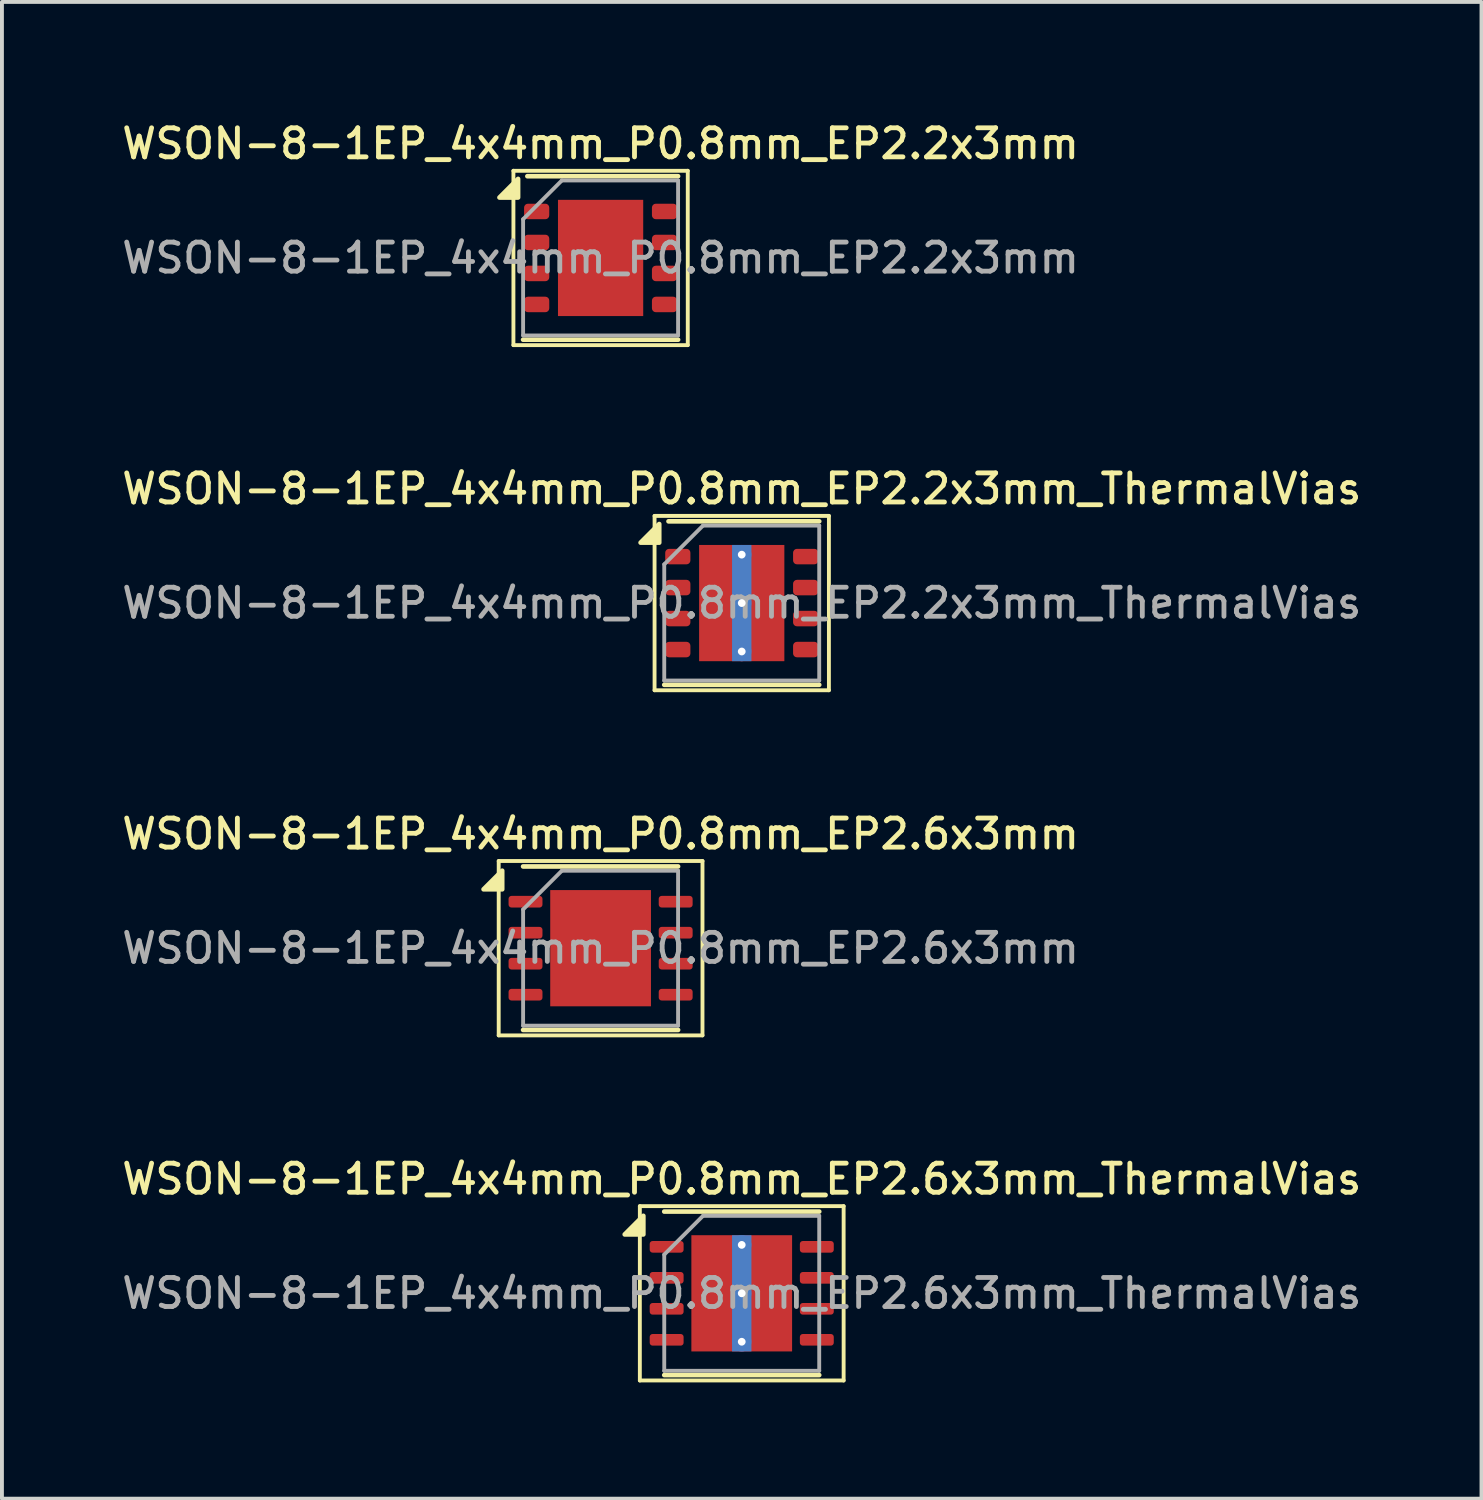
<source format=kicad_pcb>
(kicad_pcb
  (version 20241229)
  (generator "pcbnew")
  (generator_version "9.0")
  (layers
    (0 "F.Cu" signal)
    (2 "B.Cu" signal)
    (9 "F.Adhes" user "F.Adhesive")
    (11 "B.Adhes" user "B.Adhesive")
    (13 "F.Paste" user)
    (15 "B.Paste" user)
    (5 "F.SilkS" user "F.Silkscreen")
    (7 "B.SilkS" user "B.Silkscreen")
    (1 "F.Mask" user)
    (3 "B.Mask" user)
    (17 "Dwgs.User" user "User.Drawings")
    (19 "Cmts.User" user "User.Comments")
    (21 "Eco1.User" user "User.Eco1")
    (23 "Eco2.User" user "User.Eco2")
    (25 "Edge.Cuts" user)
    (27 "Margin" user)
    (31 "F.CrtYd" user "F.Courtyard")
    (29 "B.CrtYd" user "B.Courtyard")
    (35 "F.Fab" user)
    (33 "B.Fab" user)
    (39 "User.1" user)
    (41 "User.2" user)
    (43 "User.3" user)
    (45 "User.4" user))
  (footprint "WSON-8-1EP_4x4mm_P0.8mm_EP2.2x3mm_ThermalVias"
    (layer "F.Cu")
    (at 16.095 12.516)
    (property "Reference" "WSON-8-1EP_4x4mm_P0.8mm_EP2.2x3mm_ThermalVias" (at 0 -2.95 0) (layer "F.SilkS") (effects (font (size 0.75 0.75) (thickness 0.125))))
    (attr smd)
    (fp_line (start -2.25 -2.25) (end -2.25 2.25) (stroke (width 0.1) (type solid)) (layer "F.SilkS"))
    (fp_line (start -2.25 2.25) (end 2.25 2.25) (stroke (width 0.1) (type solid)) (layer "F.SilkS"))
    (fp_line (start -2 2.11) (end 2 2.11) (stroke (width 0.12) (type solid)) (layer "F.SilkS"))
    (fp_line (start -1.89 -2.11) (end 2 -2.11) (stroke (width 0.12) (type solid)) (layer "F.SilkS"))
    (fp_line (start 2.25 -2.25) (end -2.25 -2.25) (stroke (width 0.1) (type solid)) (layer "F.SilkS"))
    (fp_line (start 2.25 2.25) (end 2.25 -2.25) (stroke (width 0.1) (type solid)) (layer "F.SilkS"))
    (fp_poly (pts (xy -2.13 -1.56) (xy -2.61 -1.56) (xy -2.13 -2.04) (xy -2.13 -1.56)) (stroke (width 0.12) (type solid)) (fill yes) (layer "F.SilkS"))
    (fp_line (start -2 -1) (end -1 -2) (stroke (width 0.1) (type solid)) (layer "F.Fab"))
    (fp_line (start -2 2) (end -2 -1) (stroke (width 0.1) (type solid)) (layer "F.Fab"))
    (fp_line (start -1 -2) (end 2 -2) (stroke (width 0.1) (type solid)) (layer "F.Fab"))
    (fp_line (start 2 -2) (end 2 2) (stroke (width 0.1) (type solid)) (layer "F.Fab"))
    (fp_line (start 2 2) (end -2 2) (stroke (width 0.1) (type solid)) (layer "F.Fab"))
    (fp_text user "${REFERENCE}" (at 0 0 0) (layer "F.Fab") (effects (font (size 0.75 0.75) (thickness 0.125))))
    (pad "" smd roundrect (at -0.55 -0.625) (size 0.887 1.008) (layers "F.Paste") (roundrect_rratio 0.25))
    (pad "" smd roundrect (at -0.55 0.625) (size 0.887 1.008) (layers "F.Paste") (roundrect_rratio 0.25))
    (pad "" smd roundrect (at 0.55 -0.625) (size 0.887 1.008) (layers "F.Paste") (roundrect_rratio 0.25))
    (pad "" smd roundrect (at 0.55 0.625) (size 0.887 1.008) (layers "F.Paste") (roundrect_rratio 0.25))
    (pad "1" smd roundrect (at -1.65 -1.2) (size 0.65 0.4) (layers "F.Cu" "F.Mask" "F.Paste") (roundrect_rratio 0.25))
    (pad "2" smd roundrect (at -1.65 -0.4) (size 0.65 0.4) (layers "F.Cu" "F.Mask" "F.Paste") (roundrect_rratio 0.25))
    (pad "3" smd roundrect (at -1.65 0.4) (size 0.65 0.4) (layers "F.Cu" "F.Mask" "F.Paste") (roundrect_rratio 0.25))
    (pad "4" smd roundrect (at -1.65 1.2) (size 0.65 0.4) (layers "F.Cu" "F.Mask" "F.Paste") (roundrect_rratio 0.25))
    (pad "5" smd roundrect (at 1.65 1.2) (size 0.65 0.4) (layers "F.Cu" "F.Mask" "F.Paste") (roundrect_rratio 0.25))
    (pad "6" smd roundrect (at 1.65 0.4) (size 0.65 0.4) (layers "F.Cu" "F.Mask" "F.Paste") (roundrect_rratio 0.25))
    (pad "7" smd roundrect (at 1.65 -0.4) (size 0.65 0.4) (layers "F.Cu" "F.Mask" "F.Paste") (roundrect_rratio 0.25))
    (pad "8" smd roundrect (at 1.65 -1.2) (size 0.65 0.4) (layers "F.Cu" "F.Mask" "F.Paste") (roundrect_rratio 0.25))
    (pad "9" thru_hole circle (at 0 -1.25) (size 0.5 0.5) (drill 0.2) (property pad_prop_heatsink) (layers "*.Cu"))
    (pad "9" thru_hole circle (at 0 0) (size 0.5 0.5) (drill 0.2) (property pad_prop_heatsink) (layers "*.Cu"))
    (pad "9" smd rect (at 0 0) (size 0.5 3) (property pad_prop_heatsink) (layers "B.Cu"))
    (pad "9" smd rect (at 0 0) (size 2.2 3) (property pad_prop_heatsink) (layers "F.Cu" "F.Mask"))
    (pad "9" thru_hole circle (at 0 1.25) (size 0.5 0.5) (drill 0.2) (property pad_prop_heatsink) (layers "*.Cu")))
  (footprint "WSON-8-1EP_4x4mm_P0.8mm_EP2.6x3mm"
    (layer "F.Cu")
    (at 12.452 21.424)
    (property "Reference" "WSON-8-1EP_4x4mm_P0.8mm_EP2.6x3mm" (at 0 -2.95 0) (layer "F.SilkS") (effects (font (size 0.75 0.75) (thickness 0.125))))
    (attr smd)
    (fp_line (start -2.63 -2.25) (end -2.63 2.25) (stroke (width 0.1) (type solid)) (layer "F.SilkS"))
    (fp_line (start -2.63 2.25) (end 2.63 2.25) (stroke (width 0.1) (type solid)) (layer "F.SilkS"))
    (fp_line (start -2 -2.11) (end 2 -2.11) (stroke (width 0.12) (type solid)) (layer "F.SilkS"))
    (fp_line (start -2 2.11) (end 2 2.11) (stroke (width 0.12) (type solid)) (layer "F.SilkS"))
    (fp_line (start 2.63 -2.25) (end -2.63 -2.25) (stroke (width 0.1) (type solid)) (layer "F.SilkS"))
    (fp_line (start 2.63 2.25) (end 2.63 -2.25) (stroke (width 0.1) (type solid)) (layer "F.SilkS"))
    (fp_poly (pts (xy -2.54 -1.52) (xy -3.02 -1.52) (xy -2.54 -2) (xy -2.54 -1.52)) (stroke (width 0.12) (type solid)) (fill yes) (layer "F.SilkS"))
    (fp_line (start -2 -1) (end -1 -2) (stroke (width 0.1) (type solid)) (layer "F.Fab"))
    (fp_line (start -2 2) (end -2 -1) (stroke (width 0.1) (type solid)) (layer "F.Fab"))
    (fp_line (start -1 -2) (end 2 -2) (stroke (width 0.1) (type solid)) (layer "F.Fab"))
    (fp_line (start 2 -2) (end 2 2) (stroke (width 0.1) (type solid)) (layer "F.Fab"))
    (fp_line (start 2 2) (end -2 2) (stroke (width 0.1) (type solid)) (layer "F.Fab"))
    (fp_text user "${REFERENCE}" (at 0 0 0) (layer "F.Fab") (effects (font (size 0.75 0.75) (thickness 0.125))))
    (pad "" smd roundrect (at -0.65 -0.75) (size 1.05 1.21) (layers "F.Paste") (roundrect_rratio 0.238))
    (pad "" smd roundrect (at -0.65 0.75) (size 1.05 1.21) (layers "F.Paste") (roundrect_rratio 0.238))
    (pad "" smd roundrect (at 0.65 -0.75) (size 1.05 1.21) (layers "F.Paste") (roundrect_rratio 0.238))
    (pad "" smd roundrect (at 0.65 0.75) (size 1.05 1.21) (layers "F.Paste") (roundrect_rratio 0.238))
    (pad "1" smd roundrect (at -1.938 -1.2) (size 0.875 0.3) (layers "F.Cu" "F.Mask" "F.Paste") (roundrect_rratio 0.25))
    (pad "2" smd roundrect (at -1.938 -0.4) (size 0.875 0.3) (layers "F.Cu" "F.Mask" "F.Paste") (roundrect_rratio 0.25))
    (pad "3" smd roundrect (at -1.938 0.4) (size 0.875 0.3) (layers "F.Cu" "F.Mask" "F.Paste") (roundrect_rratio 0.25))
    (pad "4" smd roundrect (at -1.938 1.2) (size 0.875 0.3) (layers "F.Cu" "F.Mask" "F.Paste") (roundrect_rratio 0.25))
    (pad "5" smd roundrect (at 1.938 1.2) (size 0.875 0.3) (layers "F.Cu" "F.Mask" "F.Paste") (roundrect_rratio 0.25))
    (pad "6" smd roundrect (at 1.938 0.4) (size 0.875 0.3) (layers "F.Cu" "F.Mask" "F.Paste") (roundrect_rratio 0.25))
    (pad "7" smd roundrect (at 1.938 -0.4) (size 0.875 0.3) (layers "F.Cu" "F.Mask" "F.Paste") (roundrect_rratio 0.25))
    (pad "8" smd roundrect (at 1.938 -1.2) (size 0.875 0.3) (layers "F.Cu" "F.Mask" "F.Paste") (roundrect_rratio 0.25))
    (pad "9" smd rect (at 0 0) (size 2.6 3) (property pad_prop_heatsink) (layers "F.Cu" "F.Mask")))
  (footprint "WSON-8-1EP_4x4mm_P0.8mm_EP2.2x3mm"
    (layer "F.Cu")
    (at 12.452 3.608)
    (property "Reference" "WSON-8-1EP_4x4mm_P0.8mm_EP2.2x3mm" (at 0 -2.95 0) (layer "F.SilkS") (effects (font (size 0.75 0.75) (thickness 0.125))))
    (attr smd)
    (fp_line (start -2.25 -2.25) (end -2.25 2.25) (stroke (width 0.1) (type solid)) (layer "F.SilkS"))
    (fp_line (start -2.25 2.25) (end 2.25 2.25) (stroke (width 0.1) (type solid)) (layer "F.SilkS"))
    (fp_line (start -2 2.11) (end 2 2.11) (stroke (width 0.12) (type solid)) (layer "F.SilkS"))
    (fp_line (start -1.89 -2.11) (end 2 -2.11) (stroke (width 0.12) (type solid)) (layer "F.SilkS"))
    (fp_line (start 2.25 -2.25) (end -2.25 -2.25) (stroke (width 0.1) (type solid)) (layer "F.SilkS"))
    (fp_line (start 2.25 2.25) (end 2.25 -2.25) (stroke (width 0.1) (type solid)) (layer "F.SilkS"))
    (fp_poly (pts (xy -2.13 -1.56) (xy -2.61 -1.56) (xy -2.13 -2.04) (xy -2.13 -1.56)) (stroke (width 0.12) (type solid)) (fill yes) (layer "F.SilkS"))
    (fp_line (start -2 -1) (end -1 -2) (stroke (width 0.1) (type solid)) (layer "F.Fab"))
    (fp_line (start -2 2) (end -2 -1) (stroke (width 0.1) (type solid)) (layer "F.Fab"))
    (fp_line (start -1 -2) (end 2 -2) (stroke (width 0.1) (type solid)) (layer "F.Fab"))
    (fp_line (start 2 -2) (end 2 2) (stroke (width 0.1) (type solid)) (layer "F.Fab"))
    (fp_line (start 2 2) (end -2 2) (stroke (width 0.1) (type solid)) (layer "F.Fab"))
    (fp_text user "${REFERENCE}" (at 0 0 0) (layer "F.Fab") (effects (font (size 0.75 0.75) (thickness 0.125))))
    (pad "" smd roundrect (at -0.55 -0.75) (size 0.89 1.21) (layers "F.Paste") (roundrect_rratio 0.25))
    (pad "" smd roundrect (at -0.55 0.75) (size 0.89 1.21) (layers "F.Paste") (roundrect_rratio 0.25))
    (pad "" smd roundrect (at 0.55 -0.75) (size 0.89 1.21) (layers "F.Paste") (roundrect_rratio 0.25))
    (pad "" smd roundrect (at 0.55 0.75) (size 0.89 1.21) (layers "F.Paste") (roundrect_rratio 0.25))
    (pad "1" smd roundrect (at -1.65 -1.2) (size 0.65 0.4) (layers "F.Cu" "F.Mask" "F.Paste") (roundrect_rratio 0.25))
    (pad "2" smd roundrect (at -1.65 -0.4) (size 0.65 0.4) (layers "F.Cu" "F.Mask" "F.Paste") (roundrect_rratio 0.25))
    (pad "3" smd roundrect (at -1.65 0.4) (size 0.65 0.4) (layers "F.Cu" "F.Mask" "F.Paste") (roundrect_rratio 0.25))
    (pad "4" smd roundrect (at -1.65 1.2) (size 0.65 0.4) (layers "F.Cu" "F.Mask" "F.Paste") (roundrect_rratio 0.25))
    (pad "5" smd roundrect (at 1.65 1.2) (size 0.65 0.4) (layers "F.Cu" "F.Mask" "F.Paste") (roundrect_rratio 0.25))
    (pad "6" smd roundrect (at 1.65 0.4) (size 0.65 0.4) (layers "F.Cu" "F.Mask" "F.Paste") (roundrect_rratio 0.25))
    (pad "7" smd roundrect (at 1.65 -0.4) (size 0.65 0.4) (layers "F.Cu" "F.Mask" "F.Paste") (roundrect_rratio 0.25))
    (pad "8" smd roundrect (at 1.65 -1.2) (size 0.65 0.4) (layers "F.Cu" "F.Mask" "F.Paste") (roundrect_rratio 0.25))
    (pad "9" smd rect (at 0 0) (size 2.2 3) (property pad_prop_heatsink) (layers "F.Cu" "F.Mask")))
  (footprint "WSON-8-1EP_4x4mm_P0.8mm_EP2.6x3mm_ThermalVias"
    (layer "F.Cu")
    (at 16.095 30.332)
    (property "Reference" "WSON-8-1EP_4x4mm_P0.8mm_EP2.6x3mm_ThermalVias" (at 0 -2.95 0) (layer "F.SilkS") (effects (font (size 0.75 0.75) (thickness 0.125))))
    (attr smd)
    (fp_line (start -2.63 -2.25) (end -2.63 2.25) (stroke (width 0.1) (type solid)) (layer "F.SilkS"))
    (fp_line (start -2.63 2.25) (end 2.63 2.25) (stroke (width 0.1) (type solid)) (layer "F.SilkS"))
    (fp_line (start -2 -2.11) (end 2 -2.11) (stroke (width 0.12) (type solid)) (layer "F.SilkS"))
    (fp_line (start -2 2.11) (end 2 2.11) (stroke (width 0.12) (type solid)) (layer "F.SilkS"))
    (fp_line (start 2.63 -2.25) (end -2.63 -2.25) (stroke (width 0.1) (type solid)) (layer "F.SilkS"))
    (fp_line (start 2.63 2.25) (end 2.63 -2.25) (stroke (width 0.1) (type solid)) (layer "F.SilkS"))
    (fp_poly (pts (xy -2.54 -1.52) (xy -3.02 -1.52) (xy -2.54 -2) (xy -2.54 -1.52)) (stroke (width 0.12) (type solid)) (fill yes) (layer "F.SilkS"))
    (fp_line (start -2 -1) (end -1 -2) (stroke (width 0.1) (type solid)) (layer "F.Fab"))
    (fp_line (start -2 2) (end -2 -1) (stroke (width 0.1) (type solid)) (layer "F.Fab"))
    (fp_line (start -1 -2) (end 2 -2) (stroke (width 0.1) (type solid)) (layer "F.Fab"))
    (fp_line (start 2 -2) (end 2 2) (stroke (width 0.1) (type solid)) (layer "F.Fab"))
    (fp_line (start 2 2) (end -2 2) (stroke (width 0.1) (type solid)) (layer "F.Fab"))
    (fp_text user "${REFERENCE}" (at 0 0 0) (layer "F.Fab") (effects (font (size 0.75 0.75) (thickness 0.125))))
    (pad "" smd roundrect (at -0.65 -0.625) (size 1.048 1.008) (layers "F.Paste") (roundrect_rratio 0.248))
    (pad "" smd roundrect (at -0.65 0.625) (size 1.048 1.008) (layers "F.Paste") (roundrect_rratio 0.248))
    (pad "" smd roundrect (at 0.65 -0.625) (size 1.048 1.008) (layers "F.Paste") (roundrect_rratio 0.248))
    (pad "" smd roundrect (at 0.65 0.625) (size 1.048 1.008) (layers "F.Paste") (roundrect_rratio 0.248))
    (pad "1" smd roundrect (at -1.938 -1.2) (size 0.875 0.3) (layers "F.Cu" "F.Mask" "F.Paste") (roundrect_rratio 0.25))
    (pad "2" smd roundrect (at -1.938 -0.4) (size 0.875 0.3) (layers "F.Cu" "F.Mask" "F.Paste") (roundrect_rratio 0.25))
    (pad "3" smd roundrect (at -1.938 0.4) (size 0.875 0.3) (layers "F.Cu" "F.Mask" "F.Paste") (roundrect_rratio 0.25))
    (pad "4" smd roundrect (at -1.938 1.2) (size 0.875 0.3) (layers "F.Cu" "F.Mask" "F.Paste") (roundrect_rratio 0.25))
    (pad "5" smd roundrect (at 1.938 1.2) (size 0.875 0.3) (layers "F.Cu" "F.Mask" "F.Paste") (roundrect_rratio 0.25))
    (pad "6" smd roundrect (at 1.938 0.4) (size 0.875 0.3) (layers "F.Cu" "F.Mask" "F.Paste") (roundrect_rratio 0.25))
    (pad "7" smd roundrect (at 1.938 -0.4) (size 0.875 0.3) (layers "F.Cu" "F.Mask" "F.Paste") (roundrect_rratio 0.25))
    (pad "8" smd roundrect (at 1.938 -1.2) (size 0.875 0.3) (layers "F.Cu" "F.Mask" "F.Paste") (roundrect_rratio 0.25))
    (pad "9" thru_hole circle (at 0 -1.25) (size 0.5 0.5) (drill 0.2) (property pad_prop_heatsink) (layers "*.Cu"))
    (pad "9" thru_hole circle (at 0 0) (size 0.5 0.5) (drill 0.2) (property pad_prop_heatsink) (layers "*.Cu"))
    (pad "9" smd rect (at 0 0) (size 0.5 3) (property pad_prop_heatsink) (layers "B.Cu"))
    (pad "9" smd rect (at 0 0) (size 2.6 3) (property pad_prop_heatsink) (layers "F.Cu" "F.Mask"))
    (pad "9" thru_hole circle (at 0 1.25) (size 0.5 0.5) (drill 0.2) (property pad_prop_heatsink) (layers "*.Cu")))
  (gr_rect
    (start -3 -3)
    (end 35.189 35.633)
    (stroke (width 0.1) (type default))
    (fill no)
    (layer "Edge.Cuts")))
</source>
